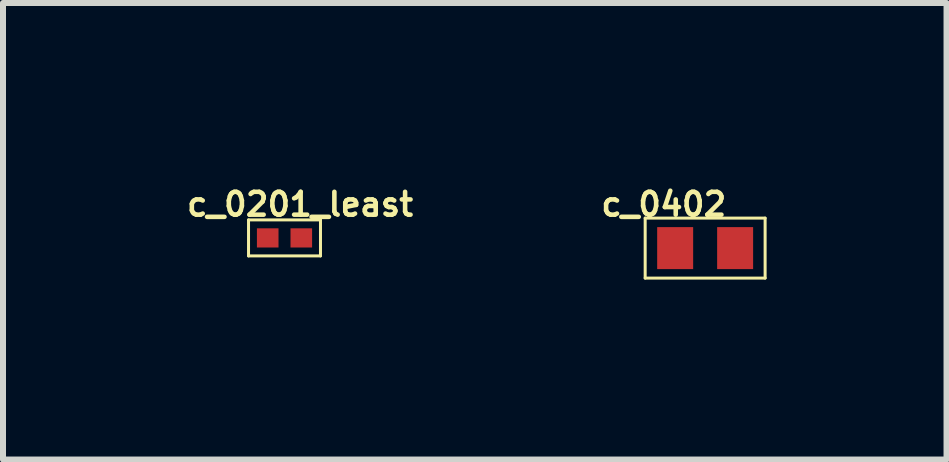
<source format=kicad_pcb>
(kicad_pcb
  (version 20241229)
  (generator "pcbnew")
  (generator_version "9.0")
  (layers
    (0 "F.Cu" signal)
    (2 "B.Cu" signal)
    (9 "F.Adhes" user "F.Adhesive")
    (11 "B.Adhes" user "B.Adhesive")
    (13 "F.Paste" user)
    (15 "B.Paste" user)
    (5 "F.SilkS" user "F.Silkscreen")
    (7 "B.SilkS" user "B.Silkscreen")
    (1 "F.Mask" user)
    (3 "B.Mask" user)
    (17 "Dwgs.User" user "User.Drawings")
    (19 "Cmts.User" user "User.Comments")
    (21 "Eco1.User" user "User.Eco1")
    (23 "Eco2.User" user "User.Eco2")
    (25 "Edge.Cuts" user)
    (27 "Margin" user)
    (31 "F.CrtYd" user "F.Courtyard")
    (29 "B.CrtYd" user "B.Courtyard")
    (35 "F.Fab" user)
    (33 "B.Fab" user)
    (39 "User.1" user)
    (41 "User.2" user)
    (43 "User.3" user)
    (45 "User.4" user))
  (footprint "c_0201_least"
    (layer "F.Cu")
    (at 1.694 0.917)
    (property "Reference" "c_0201_least" (at 0.26 -0.56 0) (layer "F.SilkS") (effects (font (size 0.381 0.381) (thickness 0.076))))
    (attr smd)
    (fp_line (start -0.6 -0.3) (end 0.6 -0.3) (stroke (width 0.05) (type solid)) (layer "F.SilkS"))
    (fp_line (start -0.6 0.3) (end -0.6 -0.3) (stroke (width 0.05) (type solid)) (layer "F.SilkS"))
    (fp_line (start 0.6 -0.3) (end 0.6 0.3) (stroke (width 0.05) (type solid)) (layer "F.SilkS"))
    (fp_line (start 0.6 0.3) (end -0.6 0.3) (stroke (width 0.05) (type solid)) (layer "F.SilkS"))
    (pad "1" smd rect (at -0.28 0) (size 0.36 0.32) (layers "F.Cu" "F.Mask" "F.Paste"))
    (pad "2" smd rect (at 0.28 0) (size 0.36 0.32) (layers "F.Cu" "F.Mask" "F.Paste")))
  (footprint "c_0402"
    (layer "F.Cu")
    (at 8.708 1.087)
    (property "Reference" "c_0402" (at -0.69 -0.73 0) (layer "F.SilkS") (effects (font (size 0.381 0.381) (thickness 0.076))))
    (attr smd)
    (fp_line (start -1 -0.5) (end 1 -0.5) (stroke (width 0.05) (type solid)) (layer "F.SilkS"))
    (fp_line (start -1 0.5) (end -1 -0.5) (stroke (width 0.05) (type solid)) (layer "F.SilkS"))
    (fp_line (start 1 -0.5) (end 1 0.5) (stroke (width 0.05) (type solid)) (layer "F.SilkS"))
    (fp_line (start 1 0.5) (end -1 0.5) (stroke (width 0.05) (type solid)) (layer "F.SilkS"))
    (pad "1" smd rect (at -0.5 0) (size 0.6 0.7) (layers "F.Cu" "F.Mask" "F.Paste"))
    (pad "2" smd rect (at 0.5 0) (size 0.6 0.7) (layers "F.Cu" "F.Mask" "F.Paste")))
  (gr_rect
    (start -3 -3)
    (end 12.733 4.612)
    (stroke (width 0.1) (type default))
    (fill no)
    (layer "Edge.Cuts")))
</source>
